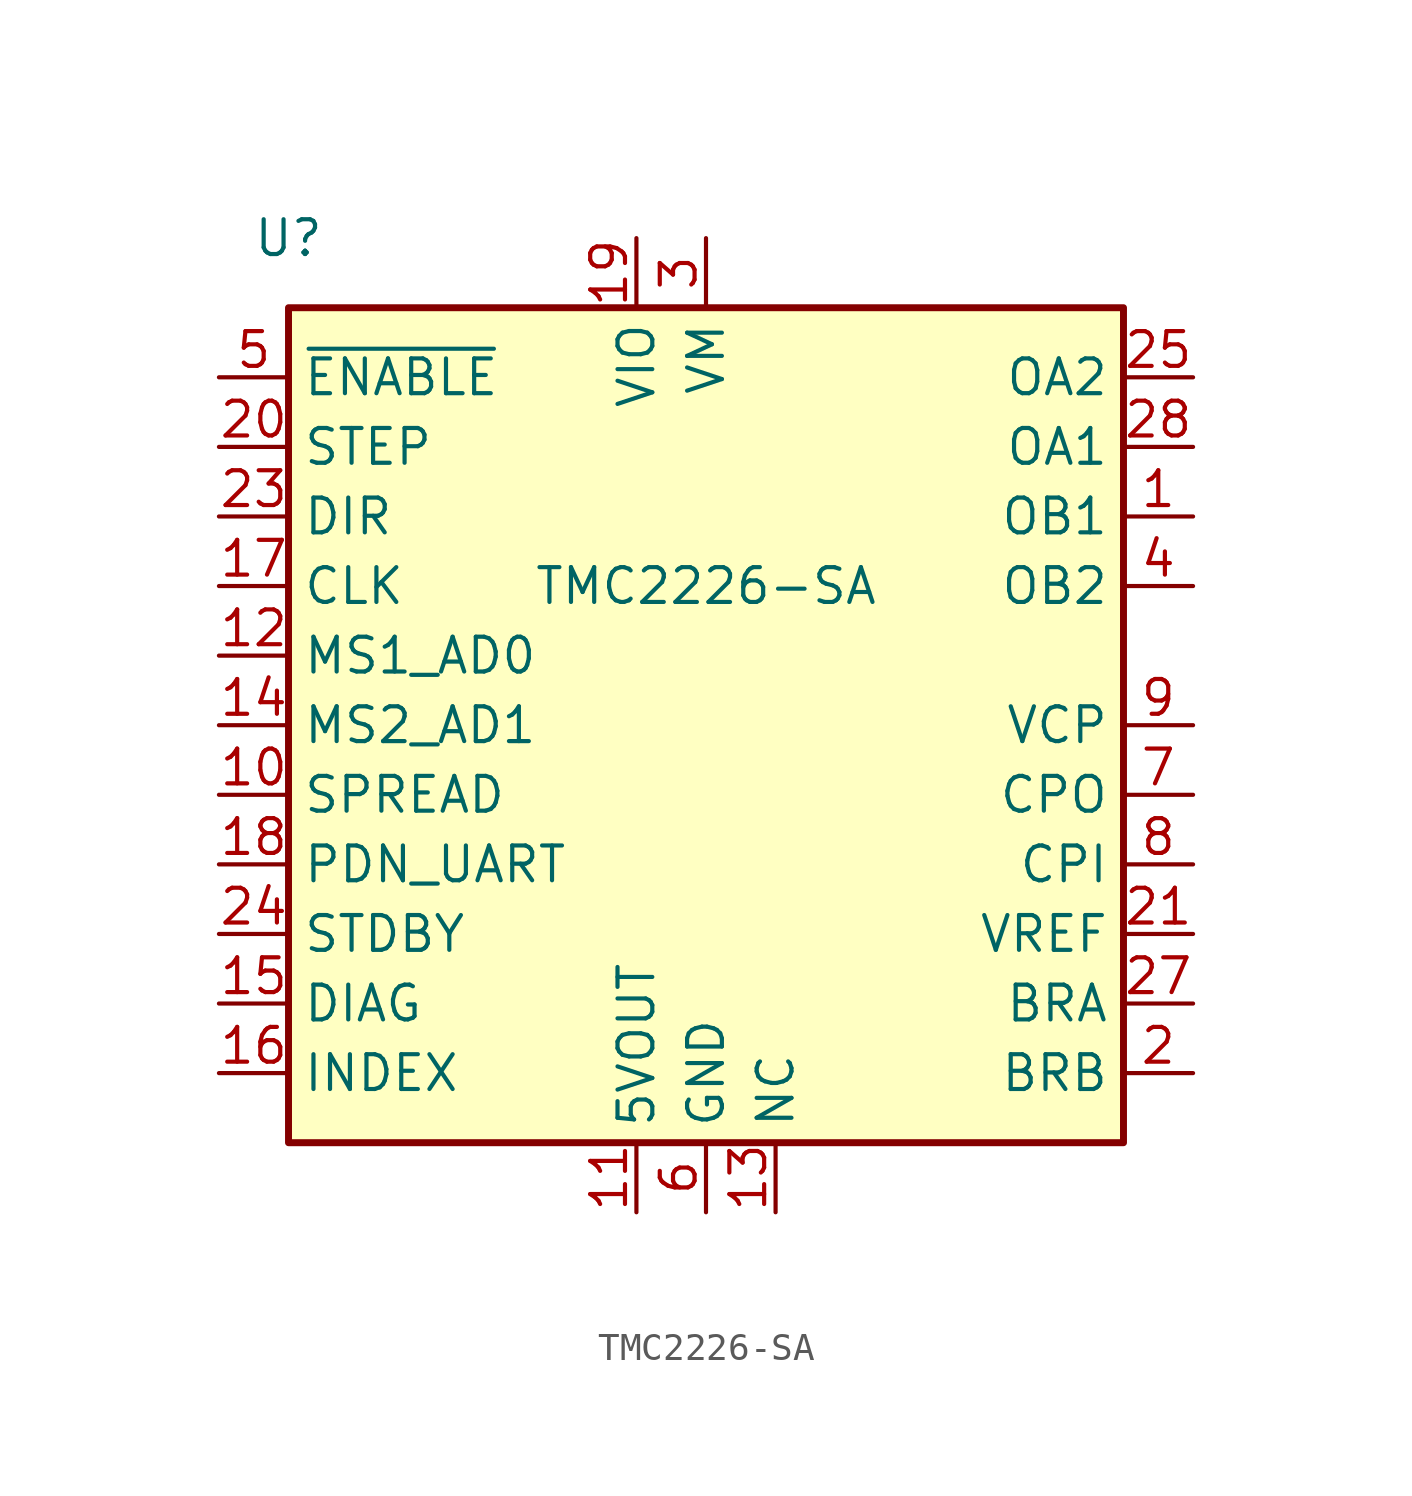
<source format=kicad_sym>
(kicad_symbol_lib
  (version 20211014)
  (generator kicad_symbol_editor)
  (symbol "TMC2226-SA"
    (property "Reference" "U"
      (at -15.24 17.78 0)
      (effects (font (size 1.27 1.27))))
    (property "Value" "TMC2226-SA"
      (at 0 5.08 0)
      (effects (font (size 1.27 1.27))))
    (symbol "TMC2226-SA_1_1"
      (rectangle (start -15.24 15.24) (end 15.24 -15.24) (stroke (width 0.254) (type default) (color 0 0 0 0)) (fill (type background)))
      (pin output line (at 17.78 7.62 180) (length 2.54) (name "OB1" (effects (font (size 1.27 1.27)))) (number "1" (effects (font (size 1.27 1.27)))))
      (pin input line (at -17.78 -2.54 0) (length 2.54) (name "SPREAD" (effects (font (size 1.27 1.27)))) (number "10" (effects (font (size 1.27 1.27)))))
      (pin power_out line (at -2.54 -17.78 90) (length 2.54) (name "5VOUT" (effects (font (size 1.27 1.27)))) (number "11" (effects (font (size 1.27 1.27)))))
      (pin input line (at -17.78 2.54 0) (length 2.54) (name "MS1_AD0" (effects (font (size 1.27 1.27)))) (number "12" (effects (font (size 1.27 1.27)))))
      (pin passive line (at 2.54 -17.78 90) (length 2.54) (name "NC" (effects (font (size 1.27 1.27)))) (number "13" (effects (font (size 1.27 1.27)))))
      (pin input line (at -17.78 0 0) (length 2.54) (name "MS2_AD1" (effects (font (size 1.27 1.27)))) (number "14" (effects (font (size 1.27 1.27)))))
      (pin output line (at -17.78 -10.16 0) (length 2.54) (name "DIAG" (effects (font (size 1.27 1.27)))) (number "15" (effects (font (size 1.27 1.27)))))
      (pin output line (at -17.78 -12.7 0) (length 2.54) (name "INDEX" (effects (font (size 1.27 1.27)))) (number "16" (effects (font (size 1.27 1.27)))))
      (pin input line (at -17.78 5.08 0) (length 2.54) (name "CLK" (effects (font (size 1.27 1.27)))) (number "17" (effects (font (size 1.27 1.27)))))
      (pin bidirectional line (at -17.78 -5.08 0) (length 2.54) (name "PDN_UART" (effects (font (size 1.27 1.27)))) (number "18" (effects (font (size 1.27 1.27)))))
      (pin power_in line (at -2.54 17.78 270) (length 2.54) (name "VIO" (effects (font (size 1.27 1.27)))) (number "19" (effects (font (size 1.27 1.27)))))
      (pin passive line (at 17.78 -12.7 180) (length 2.54) (name "BRB" (effects (font (size 1.27 1.27)))) (number "2" (effects (font (size 1.27 1.27)))))
      (pin input line (at -17.78 10.16 0) (length 2.54) (name "STEP" (effects (font (size 1.27 1.27)))) (number "20" (effects (font (size 1.27 1.27)))))
      (pin input line (at 17.78 -7.62 180) (length 2.54) (name "VREF" (effects (font (size 1.27 1.27)))) (number "21" (effects (font (size 1.27 1.27)))))
      (pin passive line (at 0 -17.78 90) (length 2.54) hide (name "GND" (effects (font (size 1.27 1.27)))) (number "22" (effects (font (size 1.27 1.27)))))
      (pin input line (at -17.78 7.62 0) (length 2.54) (name "DIR" (effects (font (size 1.27 1.27)))) (number "23" (effects (font (size 1.27 1.27)))))
      (pin input line (at -17.78 -7.62 0) (length 2.54) (name "STDBY" (effects (font (size 1.27 1.27)))) (number "24" (effects (font (size 1.27 1.27)))))
      (pin output line (at 17.78 12.7 180) (length 2.54) (name "OA2" (effects (font (size 1.27 1.27)))) (number "25" (effects (font (size 1.27 1.27)))))
      (pin passive line (at 0 17.78 270) (length 2.54) hide (name "VM" (effects (font (size 1.27 1.27)))) (number "26" (effects (font (size 1.27 1.27)))))
      (pin passive line (at 17.78 -10.16 180) (length 2.54) (name "BRA" (effects (font (size 1.27 1.27)))) (number "27" (effects (font (size 1.27 1.27)))))
      (pin output line (at 17.78 10.16 180) (length 2.54) (name "OA1" (effects (font (size 1.27 1.27)))) (number "28" (effects (font (size 1.27 1.27)))))
      (pin passive line (at 0 -17.78 90) (length 2.54) hide (name "GND" (effects (font (size 1.27 1.27)))) (number "29" (effects (font (size 1.27 1.27)))))
      (pin power_in line (at 0 17.78 270) (length 2.54) (name "VM" (effects (font (size 1.27 1.27)))) (number "3" (effects (font (size 1.27 1.27)))))
      (pin output line (at 17.78 5.08 180) (length 2.54) (name "OB2" (effects (font (size 1.27 1.27)))) (number "4" (effects (font (size 1.27 1.27)))))
      (pin input line (at -17.78 12.7 0) (length 2.54) (name "~{ENABLE}" (effects (font (size 1.27 1.27)))) (number "5" (effects (font (size 1.27 1.27)))))
      (pin power_in line (at 0 -17.78 90) (length 2.54) (name "GND" (effects (font (size 1.27 1.27)))) (number "6" (effects (font (size 1.27 1.27)))))
      (pin passive line (at 17.78 -2.54 180) (length 2.54) (name "CPO" (effects (font (size 1.27 1.27)))) (number "7" (effects (font (size 1.27 1.27)))))
      (pin passive line (at 17.78 -5.08 180) (length 2.54) (name "CPI" (effects (font (size 1.27 1.27)))) (number "8" (effects (font (size 1.27 1.27)))))
      (pin bidirectional line (at 17.78 0 180) (length 2.54) (name "VCP" (effects (font (size 1.27 1.27)))) (number "9" (effects (font (size 1.27 1.27))))))))
</source>
